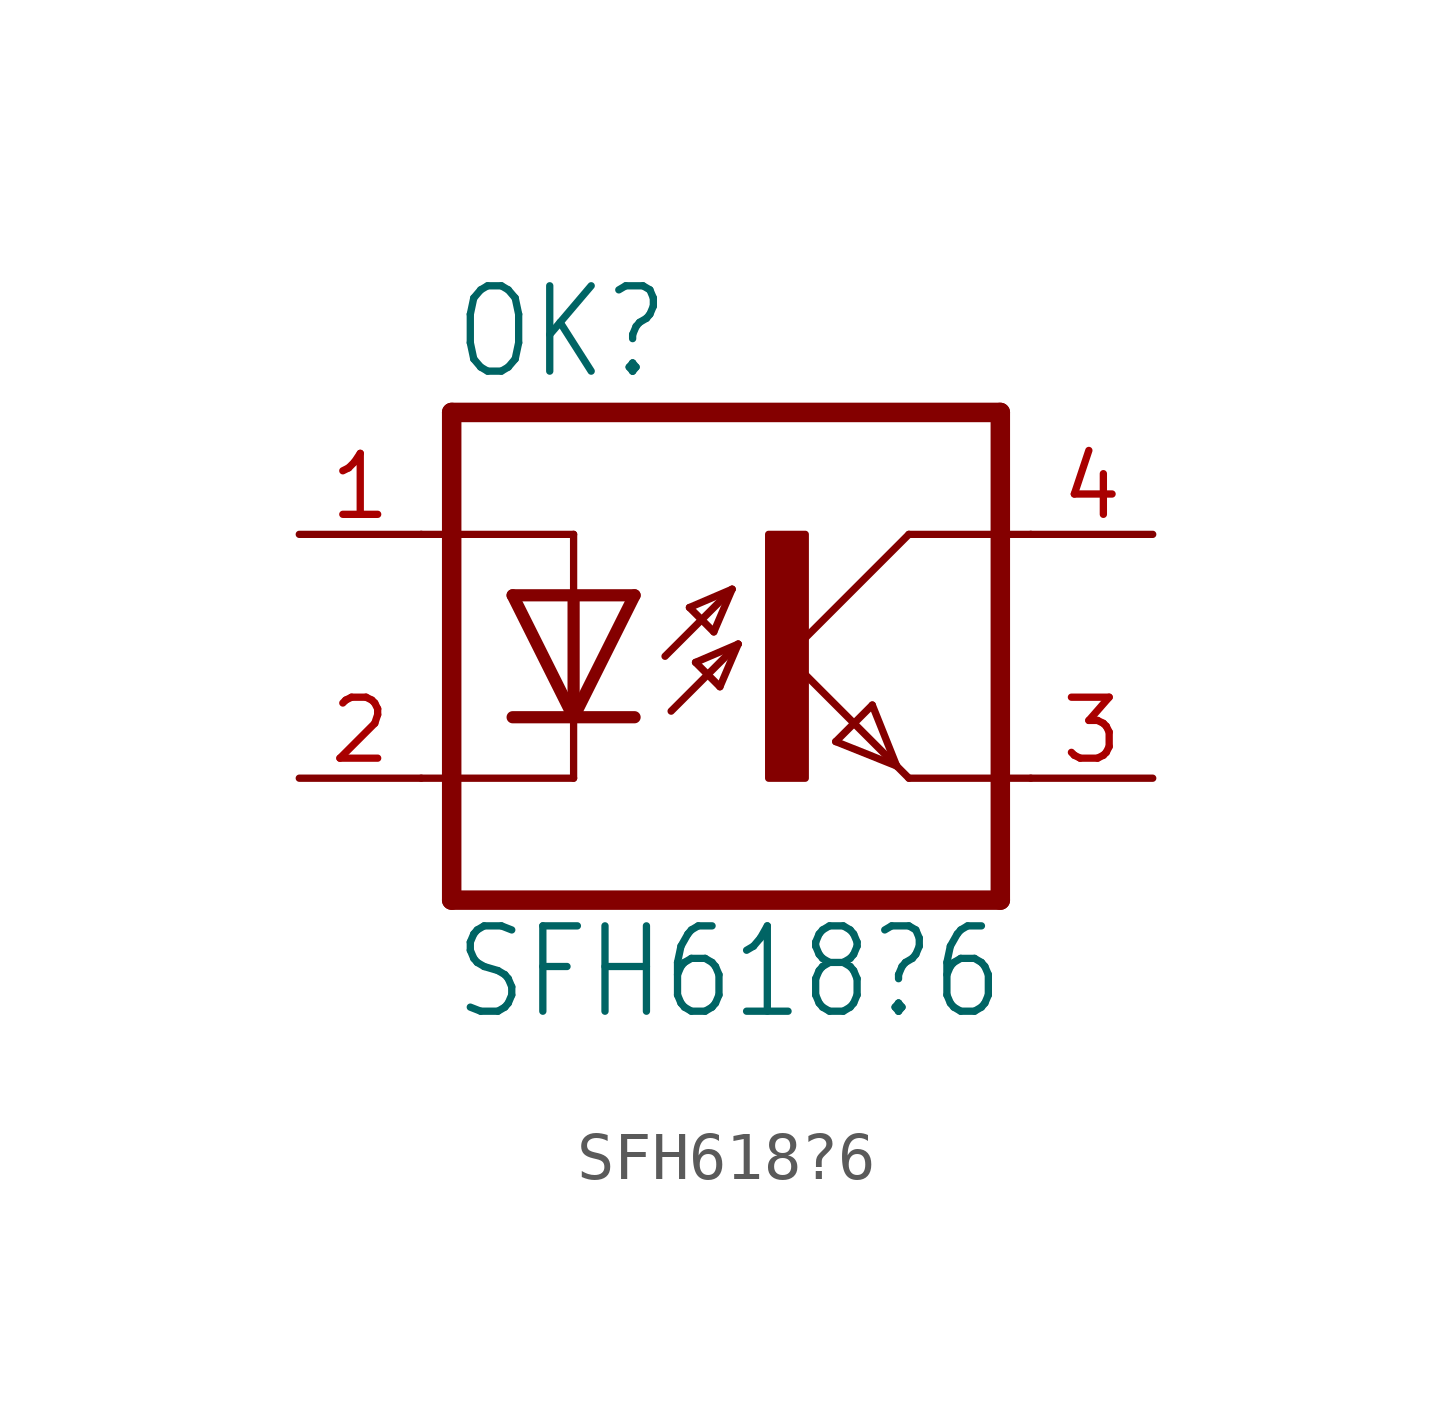
<source format=kicad_sym>
(kicad_symbol_lib
  (version 20211014)
  (generator kicad_symbol_editor)
  (symbol "SFH618?6"
    (property "Reference" "OK"
      (at -6.985 5.715 0)
      (effects (font (size 1.778 1.511)) (justify left bottom)))
    (property "Value" "SFH618?6"
      (at -6.985 -7.62 0)
      (effects (font (size 1.778 1.511)) (justify left bottom)))
    (property "ki_locked" ""
      (at 0 0 0)
      (effects (font (size 1.27 1.27))))
    (symbol "SFH618?6_1_0"
      (rectangle (start -0.381 -2.54) (end 0.381 2.54) (stroke (width 0) (type default) (color 0 0 0 0)) (fill (type outline)))
      (polyline (pts (xy -6.985 -5.08) (xy 4.445 -5.08)) (stroke (width 0.406) (type default) (color 0 0 0 0)) (fill (type none)))
      (polyline (pts (xy -6.985 5.08) (xy -6.985 -5.08)) (stroke (width 0.406) (type default) (color 0 0 0 0)) (fill (type none)))
      (polyline (pts (xy -6.985 5.08) (xy 4.445 5.08)) (stroke (width 0.406) (type default) (color 0 0 0 0)) (fill (type none)))
      (polyline (pts (xy -4.445 -2.54) (xy -7.62 -2.54)) (stroke (width 0.152) (type default) (color 0 0 0 0)) (fill (type none)))
      (polyline (pts (xy -4.445 -1.27) (xy -5.715 -1.27)) (stroke (width 0.254) (type default) (color 0 0 0 0)) (fill (type none)))
      (polyline (pts (xy -4.445 -1.27) (xy -5.715 1.27)) (stroke (width 0.254) (type default) (color 0 0 0 0)) (fill (type none)))
      (polyline (pts (xy -4.445 -1.27) (xy -4.445 -2.54)) (stroke (width 0.152) (type default) (color 0 0 0 0)) (fill (type none)))
      (polyline (pts (xy -4.445 1.27) (xy -5.715 1.27)) (stroke (width 0.254) (type default) (color 0 0 0 0)) (fill (type none)))
      (polyline (pts (xy -4.445 1.27) (xy -4.445 -1.27)) (stroke (width 0.254) (type default) (color 0 0 0 0)) (fill (type none)))
      (polyline (pts (xy -4.445 2.54) (xy -7.62 2.54)) (stroke (width 0.152) (type default) (color 0 0 0 0)) (fill (type none)))
      (polyline (pts (xy -4.445 2.54) (xy -4.445 1.27)) (stroke (width 0.152) (type default) (color 0 0 0 0)) (fill (type none)))
      (polyline (pts (xy -3.175 -1.27) (xy -4.445 -1.27)) (stroke (width 0.254) (type default) (color 0 0 0 0)) (fill (type none)))
      (polyline (pts (xy -3.175 1.27) (xy -4.445 -1.27)) (stroke (width 0.254) (type default) (color 0 0 0 0)) (fill (type none)))
      (polyline (pts (xy -3.175 1.27) (xy -4.445 1.27)) (stroke (width 0.254) (type default) (color 0 0 0 0)) (fill (type none)))
      (polyline (pts (xy -2.54 0) (xy -1.143 1.397)) (stroke (width 0.152) (type default) (color 0 0 0 0)) (fill (type none)))
      (polyline (pts (xy -2.413 -1.143) (xy -1.016 0.254)) (stroke (width 0.152) (type default) (color 0 0 0 0)) (fill (type none)))
      (polyline (pts (xy -2.032 1.016) (xy -1.524 0.508)) (stroke (width 0.152) (type default) (color 0 0 0 0)) (fill (type none)))
      (polyline (pts (xy -1.905 -0.127) (xy -1.397 -0.635)) (stroke (width 0.152) (type default) (color 0 0 0 0)) (fill (type none)))
      (polyline (pts (xy -1.524 0.508) (xy -1.143 1.397)) (stroke (width 0.152) (type default) (color 0 0 0 0)) (fill (type none)))
      (polyline (pts (xy -1.397 -0.635) (xy -1.016 0.254)) (stroke (width 0.152) (type default) (color 0 0 0 0)) (fill (type none)))
      (polyline (pts (xy -1.143 1.397) (xy -2.032 1.016)) (stroke (width 0.152) (type default) (color 0 0 0 0)) (fill (type none)))
      (polyline (pts (xy -1.016 0.254) (xy -1.905 -0.127)) (stroke (width 0.152) (type default) (color 0 0 0 0)) (fill (type none)))
      (polyline (pts (xy 0 0) (xy 2.286 -2.286)) (stroke (width 0.152) (type default) (color 0 0 0 0)) (fill (type none)))
      (polyline (pts (xy 1.016 -1.778) (xy 1.778 -1.016)) (stroke (width 0.152) (type default) (color 0 0 0 0)) (fill (type none)))
      (polyline (pts (xy 1.778 -1.016) (xy 2.286 -2.286)) (stroke (width 0.152) (type default) (color 0 0 0 0)) (fill (type none)))
      (polyline (pts (xy 2.286 -2.286) (xy 1.016 -1.778)) (stroke (width 0.152) (type default) (color 0 0 0 0)) (fill (type none)))
      (polyline (pts (xy 2.286 -2.286) (xy 2.54 -2.54)) (stroke (width 0.152) (type default) (color 0 0 0 0)) (fill (type none)))
      (polyline (pts (xy 2.54 -2.54) (xy 5.08 -2.54)) (stroke (width 0.152) (type default) (color 0 0 0 0)) (fill (type none)))
      (polyline (pts (xy 2.54 2.54) (xy 0 0)) (stroke (width 0.152) (type default) (color 0 0 0 0)) (fill (type none)))
      (polyline (pts (xy 2.54 2.54) (xy 5.08 2.54)) (stroke (width 0.152) (type default) (color 0 0 0 0)) (fill (type none)))
      (polyline (pts (xy 4.445 5.08) (xy 4.445 -5.08)) (stroke (width 0.406) (type default) (color 0 0 0 0)) (fill (type none)))
      (pin passive line (at -10.16 2.54 0) (length 2.54) (name "A" (effects (font (size 0 0)))) (number "1" (effects (font (size 1.27 1.27)))))
      (pin passive line (at -10.16 -2.54 0) (length 2.54) (name "C" (effects (font (size 0 0)))) (number "2" (effects (font (size 1.27 1.27)))))
      (pin passive line (at 7.62 -2.54 180) (length 2.54) (name "EMIT" (effects (font (size 0 0)))) (number "3" (effects (font (size 1.27 1.27)))))
      (pin passive line (at 7.62 2.54 180) (length 2.54) (name "COL" (effects (font (size 0 0)))) (number "4" (effects (font (size 1.27 1.27))))))))
</source>
